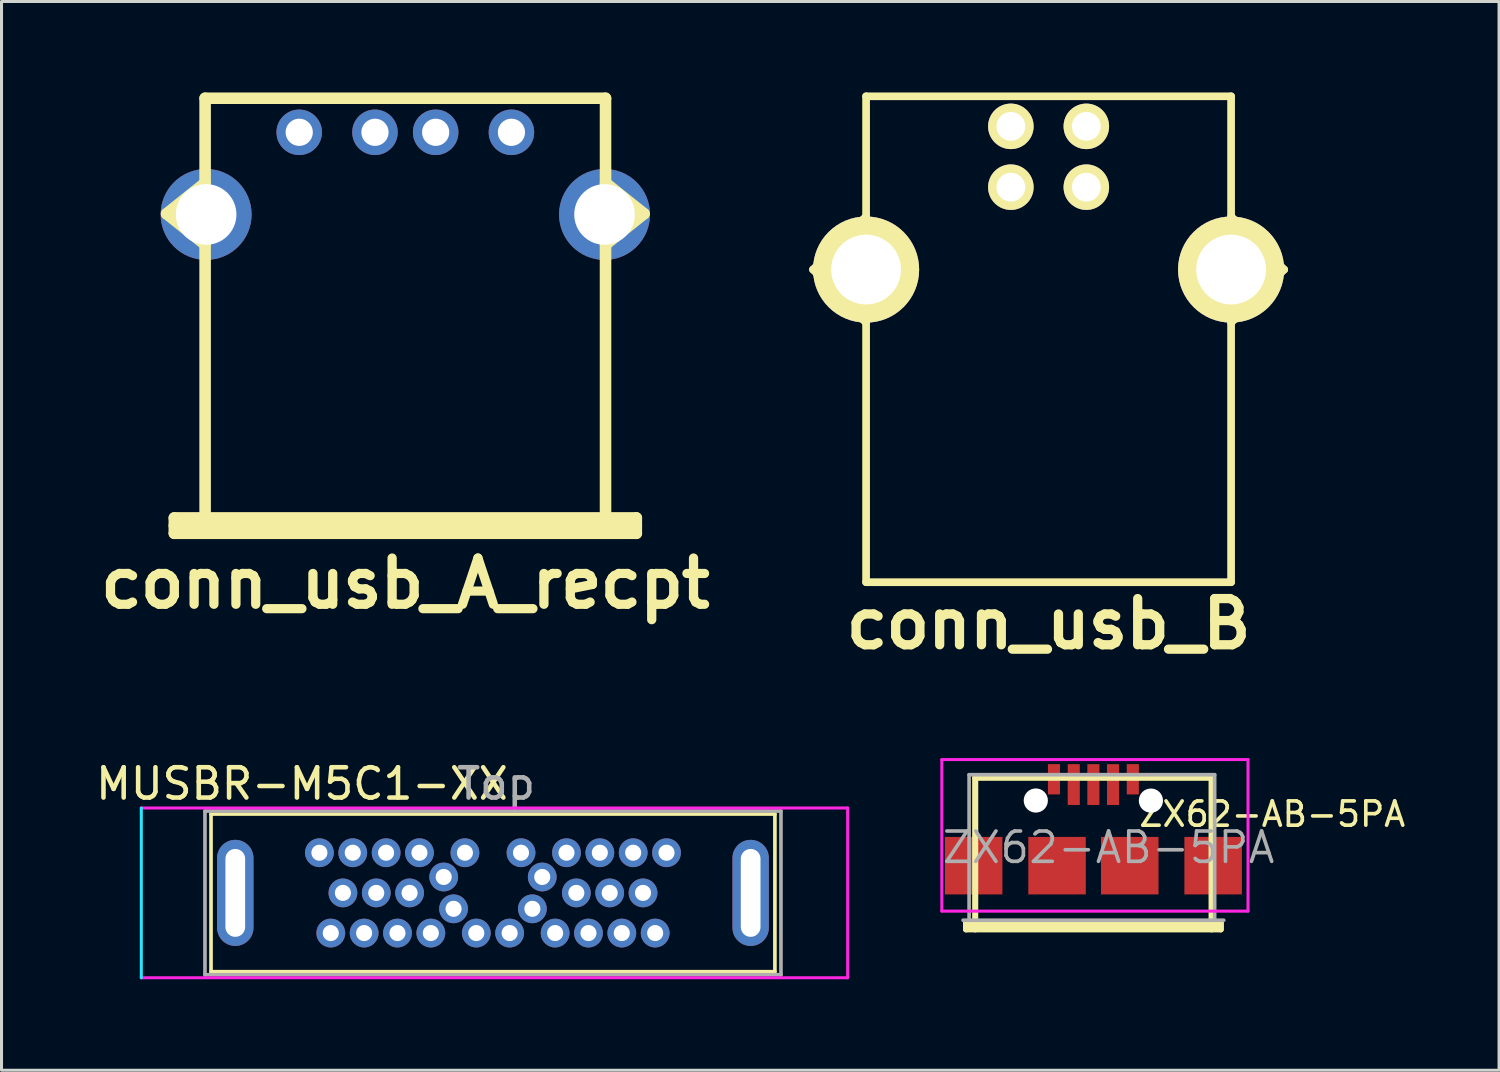
<source format=kicad_pcb>
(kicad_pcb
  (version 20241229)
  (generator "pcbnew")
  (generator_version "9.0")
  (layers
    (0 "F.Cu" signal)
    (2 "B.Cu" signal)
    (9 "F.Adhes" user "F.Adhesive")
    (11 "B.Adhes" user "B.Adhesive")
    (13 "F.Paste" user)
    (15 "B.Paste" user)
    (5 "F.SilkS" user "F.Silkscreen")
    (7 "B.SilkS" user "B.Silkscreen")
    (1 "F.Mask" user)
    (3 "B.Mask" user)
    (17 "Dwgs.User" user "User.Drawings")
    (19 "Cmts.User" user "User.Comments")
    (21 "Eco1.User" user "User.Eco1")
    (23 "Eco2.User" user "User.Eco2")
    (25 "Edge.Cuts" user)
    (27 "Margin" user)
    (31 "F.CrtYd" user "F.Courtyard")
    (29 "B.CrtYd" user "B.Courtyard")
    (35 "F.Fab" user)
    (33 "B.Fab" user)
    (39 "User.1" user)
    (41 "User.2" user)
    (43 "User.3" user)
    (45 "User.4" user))
  (footprint "MUSBR-M5C1-XX"
    (layer "F.Cu")
    (at 13.211 26.403)
    (property "Reference" "MUSBR-M5C1-XX" (at -6.3 -3.6 0) (layer "F.SilkS") (effects (font (size 1 1) (thickness 0.15))))
    (attr through_hole)
    (fp_line (start -9.3 -2.6) (end 9.3 -2.6) (stroke (width 0.12) (type solid)) (layer "F.SilkS"))
    (fp_line (start -9.3 2.6) (end -9.3 -2.6) (stroke (width 0.12) (type solid)) (layer "F.SilkS"))
    (fp_line (start 9.3 -2.6) (end 9.3 2.6) (stroke (width 0.12) (type solid)) (layer "F.SilkS"))
    (fp_line (start 9.3 2.6) (end -9.3 2.6) (stroke (width 0.12) (type solid)) (layer "F.SilkS"))
    (fp_line (start -11.6 2.8) (end -11.6 -2.8) (stroke (width 0.1) (type solid)) (layer "B.CrtYd"))
    (fp_line (start -11.6 -2.8) (end 11.7 -2.8) (stroke (width 0.1) (type solid)) (layer "F.CrtYd"))
    (fp_line (start 11.7 -2.8) (end 11.7 2.8) (stroke (width 0.1) (type solid)) (layer "F.CrtYd"))
    (fp_line (start 11.7 2.8) (end -11.6 2.8) (stroke (width 0.1) (type solid)) (layer "F.CrtYd"))
    (fp_line (start -9.5 -2.7) (end 9.5 -2.7) (stroke (width 0.12) (type solid)) (layer "F.Fab"))
    (fp_line (start -9.5 2.7) (end -9.5 -2.7) (stroke (width 0.12) (type solid)) (layer "F.Fab"))
    (fp_line (start 9.5 -2.7) (end 9.5 2.7) (stroke (width 0.12) (type solid)) (layer "F.Fab"))
    (fp_line (start 9.5 2.7) (end -9.5 2.7) (stroke (width 0.12) (type solid)) (layer "F.Fab"))
    (fp_text user "Top" (at 0.1 -3.6 0) (layer "F.Fab") (effects (font (size 1 1) (thickness 0.15))))
    (pad "A1" thru_hole circle (at -5.725 -1.325) (size 0.95 0.95) (drill 0.53) (layers "*.Cu" "*.Mask"))
    (pad "A2" thru_hole circle (at -4.625 -1.325) (size 0.95 0.95) (drill 0.53) (layers "*.Cu" "*.Mask"))
    (pad "A3" thru_hole circle (at -3.525 -1.325) (size 0.95 0.95) (drill 0.53) (layers "*.Cu" "*.Mask"))
    (pad "A4" thru_hole circle (at -2.425 -1.325) (size 0.95 0.95) (drill 0.53) (layers "*.Cu" "*.Mask"))
    (pad "A5" thru_hole circle (at -1.625 -0.525) (size 0.95 0.95) (drill 0.53) (layers "*.Cu" "*.Mask"))
    (pad "A6" thru_hole circle (at -0.925 -1.325) (size 0.95 0.95) (drill 0.53) (layers "*.Cu" "*.Mask"))
    (pad "A7" thru_hole circle (at 0.925 -1.325) (size 0.95 0.95) (drill 0.53) (layers "*.Cu" "*.Mask"))
    (pad "A8" thru_hole circle (at 1.625 -0.525) (size 0.95 0.95) (drill 0.53) (layers "*.Cu" "*.Mask"))
    (pad "A9" thru_hole circle (at 2.425 -1.325) (size 0.95 0.95) (drill 0.53) (layers "*.Cu" "*.Mask"))
    (pad "A10" thru_hole circle (at 3.525 -1.325) (size 0.95 0.95) (drill 0.53) (layers "*.Cu" "*.Mask"))
    (pad "A11" thru_hole circle (at 4.625 -1.325) (size 0.95 0.95) (drill 0.53) (layers "*.Cu" "*.Mask"))
    (pad "A12" thru_hole circle (at 5.725 -1.325) (size 0.95 0.95) (drill 0.53) (layers "*.Cu" "*.Mask"))
    (pad "B1" thru_hole circle (at 5.35 1.325) (size 0.95 0.95) (drill 0.53) (layers "*.Cu" "*.Mask"))
    (pad "B2" thru_hole circle (at 4.25 1.325) (size 0.95 0.95) (drill 0.53) (layers "*.Cu" "*.Mask"))
    (pad "B3" thru_hole circle (at 3.15 1.325) (size 0.95 0.95) (drill 0.53) (layers "*.Cu" "*.Mask"))
    (pad "B4" thru_hole circle (at 2.05 1.325) (size 0.95 0.95) (drill 0.53) (layers "*.Cu" "*.Mask"))
    (pad "B5" thru_hole circle (at 1.3 0.525) (size 0.95 0.95) (drill 0.53) (layers "*.Cu" "*.Mask"))
    (pad "B6" thru_hole circle (at 0.55 1.325) (size 0.95 0.95) (drill 0.53) (layers "*.Cu" "*.Mask"))
    (pad "B7" thru_hole circle (at -0.55 1.325) (size 0.95 0.95) (drill 0.53) (layers "*.Cu" "*.Mask"))
    (pad "B8" thru_hole circle (at -1.3 0.525) (size 0.95 0.95) (drill 0.53) (layers "*.Cu" "*.Mask"))
    (pad "B9" thru_hole circle (at -2.05 1.325) (size 0.95 0.95) (drill 0.53) (layers "*.Cu" "*.Mask"))
    (pad "B10" thru_hole circle (at -3.15 1.325) (size 0.95 0.95) (drill 0.53) (layers "*.Cu" "*.Mask"))
    (pad "B11" thru_hole circle (at -4.25 1.325) (size 0.95 0.95) (drill 0.53) (layers "*.Cu" "*.Mask"))
    (pad "B12" thru_hole circle (at -5.35 1.325) (size 0.95 0.95) (drill 0.53) (layers "*.Cu" "*.Mask"))
    (pad "G1" thru_hole circle (at -4.95 0) (size 0.95 0.95) (drill 0.53) (layers "*.Cu" "*.Mask"))
    (pad "G2" thru_hole circle (at -3.85 0) (size 0.95 0.95) (drill 0.53) (layers "*.Cu" "*.Mask"))
    (pad "G3" thru_hole circle (at -2.75 0) (size 0.95 0.95) (drill 0.53) (layers "*.Cu" "*.Mask"))
    (pad "G4" thru_hole circle (at 2.75 0) (size 0.95 0.95) (drill 0.53) (layers "*.Cu" "*.Mask"))
    (pad "G5" thru_hole circle (at 3.85 0) (size 0.95 0.95) (drill 0.53) (layers "*.Cu" "*.Mask"))
    (pad "G6" thru_hole circle (at 4.95 0) (size 0.95 0.95) (drill 0.53) (layers "*.Cu" "*.Mask"))
    (pad "S1" thru_hole oval (at 8.5 0) (size 1.2 3.5) (drill oval 0.65 2.9) (layers "*.Cu" "*.Mask"))
    (pad "S2" thru_hole oval (at -8.5 0) (size 1.2 3.5) (drill oval 0.65 2.9) (layers "*.Cu" "*.Mask")))
  (footprint "ZX62-AB-5PA"
    (layer "F.Cu")
    (at 33.017 25.505)
    (property "Reference" "ZX62-AB-5PA" (at 5.9 -1.7 0) (layer "F.SilkS") (effects (font (size 0.8 0.8) (thickness 0.12))))
    (attr smd)
    (fp_line (start -4.201 1.9) (end -4.201 2.101) (stroke (width 0.201) (type solid)) (layer "F.SilkS"))
    (fp_line (start -4.201 1.999) (end 4.201 1.999) (stroke (width 0.201) (type solid)) (layer "F.SilkS"))
    (fp_line (start -4.201 2.101) (end 4.201 2.101) (stroke (width 0.201) (type solid)) (layer "F.SilkS"))
    (fp_line (start -3.899 -2.901) (end 3.899 -2.901) (stroke (width 0.201) (type solid)) (layer "F.SilkS"))
    (fp_line (start -3.899 2.101) (end -3.899 -2.901) (stroke (width 0.201) (type solid)) (layer "F.SilkS"))
    (fp_line (start 3.899 -2.901) (end 3.899 2.101) (stroke (width 0.201) (type solid)) (layer "F.SilkS"))
    (fp_line (start 4.201 1.9) (end -4.201 1.9) (stroke (width 0.201) (type solid)) (layer "F.SilkS"))
    (fp_line (start 4.201 2.101) (end 4.201 1.9) (stroke (width 0.201) (type solid)) (layer "F.SilkS"))
    (fp_line (start -5 -3.5) (end 5.1 -3.5) (stroke (width 0.1) (type solid)) (layer "F.CrtYd"))
    (fp_line (start -5 1.5) (end -5 -3.5) (stroke (width 0.1) (type solid)) (layer "F.CrtYd"))
    (fp_line (start 5.1 -3.5) (end 5.1 1.5) (stroke (width 0.1) (type solid)) (layer "F.CrtYd"))
    (fp_line (start 5.1 1.5) (end -5 1.5) (stroke (width 0.1) (type solid)) (layer "F.CrtYd"))
    (fp_line (start -4.1 -3) (end 4 -3) (stroke (width 0.12) (type solid)) (layer "F.Fab"))
    (fp_line (start -4.1 1.8) (end -4.1 -3) (stroke (width 0.12) (type solid)) (layer "F.Fab"))
    (fp_line (start 4 -3) (end 4 1.8) (stroke (width 0.12) (type solid)) (layer "F.Fab"))
    (fp_line (start 4.3 1.8) (end -4.3 1.8) (stroke (width 0.12) (type solid)) (layer "F.Fab"))
    (fp_text user "${REFERENCE}" (at 0.5 -0.6 0) (layer "F.Fab") (effects (font (size 1 1) (thickness 0.12))))
    (pad "" np_thru_hole circle (at -1.9 -2.149) (size 0.798 0.798) (drill 0.798) (layers "*.Cu" "*.Mask"))
    (pad "" np_thru_hole circle (at 1.897 -2.146) (size 0.798 0.798) (drill 0.798) (layers "*.Cu" "*.Mask"))
    (pad "1" smd rect (at -1.3 -2.85) (size 0.399 1) (layers "F.Cu" "F.Mask" "F.Paste"))
    (pad "2" smd rect (at -0.648 -2.675) (size 0.399 1.346) (layers "F.Cu" "F.Mask" "F.Paste"))
    (pad "3" smd rect (at 0 -2.675) (size 0.399 1.346) (layers "F.Cu" "F.Mask" "F.Paste"))
    (pad "4" smd rect (at 0.648 -2.675) (size 0.399 1.346) (layers "F.Cu" "F.Mask" "F.Paste"))
    (pad "5" smd rect (at 1.3 -2.85) (size 0.399 1) (layers "F.Cu" "F.Mask" "F.Paste"))
    (pad "6" smd rect (at -3.95 0) (size 1.897 1.897) (layers "F.Cu" "F.Mask" "F.Paste"))
    (pad "6" smd rect (at -1.199 0) (size 1.897 1.897) (layers "F.Cu" "F.Mask" "F.Paste"))
    (pad "6" smd rect (at 1.199 0) (size 1.897 1.897) (layers "F.Cu" "F.Mask" "F.Paste"))
    (pad "6" smd rect (at 3.95 0) (size 1.897 1.897) (layers "F.Cu" "F.Mask" "F.Paste")))
  (footprint "conn_usb_A_recpt"
    (layer "F.Cu")
    (at 10.32 7.303)
    (property "Reference" "conn_usb_A_recpt" (at 0 8.89 0) (layer "F.SilkS") (effects (font (size 1.524 1.524) (thickness 0.305))))
    (attr through_hole)
    (fp_line (start -7.874 -3.302) (end -6.604 -2.286) (stroke (width 0.381) (type solid)) (layer "F.SilkS"))
    (fp_line (start -7.62 6.731) (end -7.62 7.239) (stroke (width 0.381) (type solid)) (layer "F.SilkS"))
    (fp_line (start -7.62 6.731) (end 7.62 6.731) (stroke (width 0.381) (type solid)) (layer "F.SilkS"))
    (fp_line (start -7.62 6.985) (end 7.62 6.985) (stroke (width 0.381) (type solid)) (layer "F.SilkS"))
    (fp_line (start -6.604 -7.112) (end -6.604 7.112) (stroke (width 0.381) (type solid)) (layer "F.SilkS"))
    (fp_line (start -6.604 -4.318) (end -7.874 -3.302) (stroke (width 0.381) (type solid)) (layer "F.SilkS"))
    (fp_line (start 6.604 -7.112) (end -6.604 -7.112) (stroke (width 0.381) (type solid)) (layer "F.SilkS"))
    (fp_line (start 6.604 -4.318) (end 7.874 -3.302) (stroke (width 0.381) (type solid)) (layer "F.SilkS"))
    (fp_line (start 6.604 7.112) (end 6.604 -7.112) (stroke (width 0.381) (type solid)) (layer "F.SilkS"))
    (fp_line (start 7.62 6.731) (end 7.62 7.239) (stroke (width 0.381) (type solid)) (layer "F.SilkS"))
    (fp_line (start 7.62 7.239) (end -7.62 7.239) (stroke (width 0.381) (type solid)) (layer "F.SilkS"))
    (fp_line (start 7.874 -3.302) (end 6.604 -2.286) (stroke (width 0.381) (type solid)) (layer "F.SilkS"))
    (pad "" thru_hole circle (at -6.571 -3.279) (size 3 3) (drill 1.999) (layers "*.Cu" "*.Mask"))
    (pad "" thru_hole circle (at 6.571 -3.279) (size 3 3) (drill 1.999) (layers "*.Cu" "*.Mask"))
    (pad "1" thru_hole circle (at -3.5 -5.989) (size 1.501 1.501) (drill 0.899) (layers "*.Cu" "*.Mask"))
    (pad "2" thru_hole circle (at -1.001 -5.989) (size 1.501 1.501) (drill 0.899) (layers "*.Cu" "*.Mask"))
    (pad "3" thru_hole circle (at 1.001 -5.989) (size 1.501 1.501) (drill 0.899) (layers "*.Cu" "*.Mask"))
    (pad "4" thru_hole circle (at 3.5 -5.989) (size 1.501 1.501) (drill 0.899) (layers "*.Cu" "*.Mask")))
  (footprint "conn_usb_B"
    (layer "F.Cu")
    (at 31.539 8.128)
    (property "Reference" "conn_usb_B" (at 0 9.401 0) (layer "F.SilkS") (effects (font (size 1.524 1.524) (thickness 0.305))))
    (attr through_hole)
    (fp_line (start -7.772 -2.286) (end -6.02 -0.533) (stroke (width 0.254) (type solid)) (layer "F.SilkS"))
    (fp_line (start -6.02 -8.001) (end -6.02 -2.286) (stroke (width 0.254) (type solid)) (layer "F.SilkS"))
    (fp_line (start -6.02 -4.039) (end -7.772 -2.286) (stroke (width 0.254) (type solid)) (layer "F.SilkS"))
    (fp_line (start -6.02 -2.286) (end -6.02 8.026) (stroke (width 0.254) (type solid)) (layer "F.SilkS"))
    (fp_line (start -6.02 8.026) (end 6.02 8.026) (stroke (width 0.254) (type solid)) (layer "F.SilkS"))
    (fp_line (start 6.02 -8.001) (end -6.02 -8.001) (stroke (width 0.254) (type solid)) (layer "F.SilkS"))
    (fp_line (start 6.02 -4.039) (end 7.772 -2.286) (stroke (width 0.254) (type solid)) (layer "F.SilkS"))
    (fp_line (start 6.02 -2.286) (end 6.02 -8.001) (stroke (width 0.254) (type solid)) (layer "F.SilkS"))
    (fp_line (start 6.02 8.026) (end 6.02 -2.286) (stroke (width 0.254) (type solid)) (layer "F.SilkS"))
    (fp_line (start 7.772 -2.286) (end 6.02 -0.533) (stroke (width 0.254) (type solid)) (layer "F.SilkS"))
    (pad "" thru_hole circle (at -6.02 -2.286) (size 3.5 3.5) (drill 2.301) (layers "*.Cu" "*.Mask" "F.SilkS"))
    (pad "" thru_hole circle (at 6.02 -2.286) (size 3.5 3.5) (drill 2.301) (layers "*.Cu" "*.Mask" "F.SilkS"))
    (pad "1" thru_hole circle (at 1.245 -7.01) (size 1.501 1.501) (drill 0.95) (layers "*.Cu" "*.Mask" "F.SilkS"))
    (pad "2" thru_hole circle (at -1.245 -7.01) (size 1.501 1.501) (drill 0.95) (layers "*.Cu" "*.Mask" "F.SilkS"))
    (pad "3" thru_hole circle (at -1.245 -5.004) (size 1.501 1.501) (drill 0.95) (layers "*.Cu" "*.Mask" "F.SilkS"))
    (pad "4" thru_hole circle (at 1.245 -5.004) (size 1.501 1.501) (drill 0.95) (layers "*.Cu" "*.Mask" "F.SilkS")))
  (gr_rect
    (start -3 -3)
    (end 46.398 32.253)
    (stroke (width 0.1) (type default))
    (fill no)
    (layer "Edge.Cuts")))
</source>
